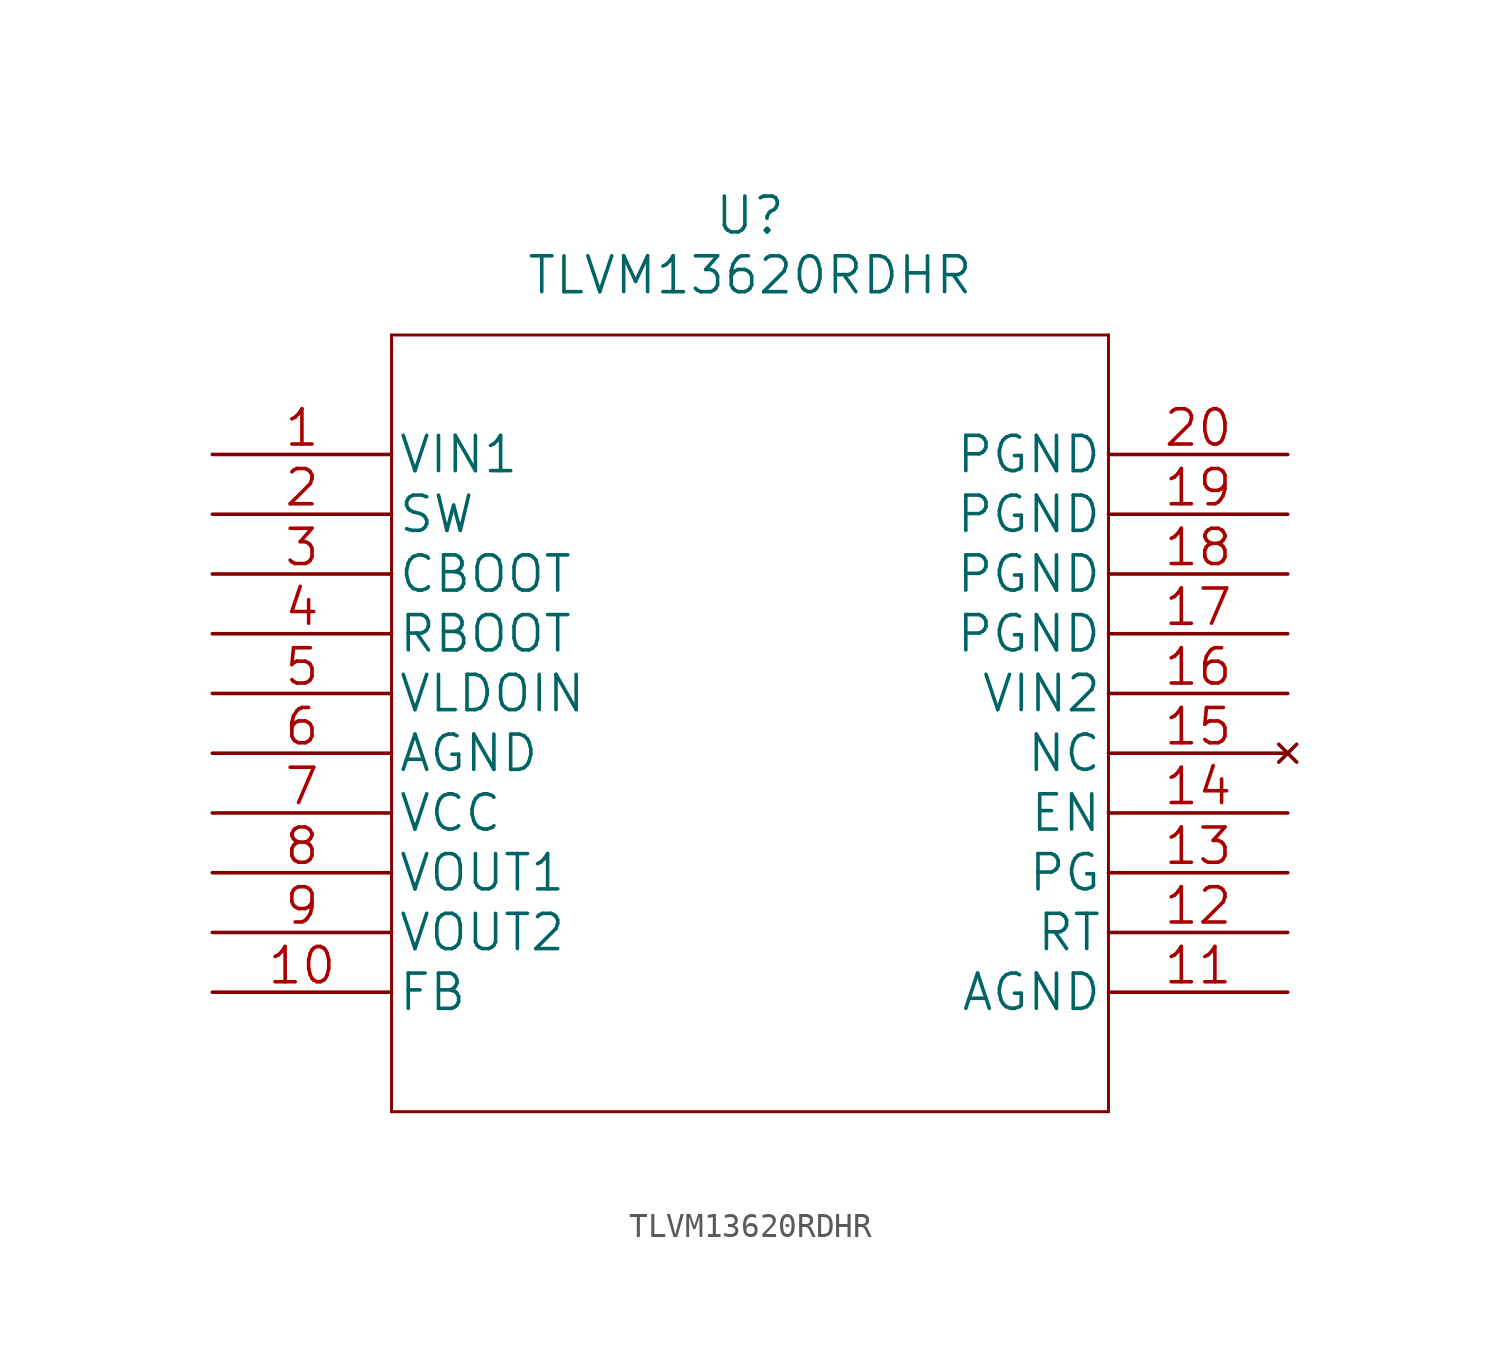
<source format=kicad_sym>
(kicad_symbol_lib
  (version 20211014)
  (generator kicad_symbol_editor)
  (symbol "TLVM13620RDHR"
    (pin_names
      (offset 0.254))
    (property "Reference" "U"
      (at 22.86 10.16 0)
      (effects (font (size 1.524 1.524))))
    (property "Value" "TLVM13620RDHR"
      (at 22.86 7.62 0)
      (effects (font (size 1.524 1.524))))
    (property "Datasheet" ""
      (at 0 0 0)
      (effects (font (size 1.524 1.524))))
    (property "ki_locked" ""
      (at 0 0 0)
      (effects (font (size 1.27 1.27))))
    (symbol "TLVM13620RDHR_1_1"
      (polyline (pts (xy 7.62 -27.94) (xy 38.1 -27.94)) (stroke (width 0.127) (type default) (color 0 0 0 0)) (fill (type none)))
      (polyline (pts (xy 7.62 5.08) (xy 7.62 -27.94)) (stroke (width 0.127) (type default) (color 0 0 0 0)) (fill (type none)))
      (polyline (pts (xy 38.1 -27.94) (xy 38.1 5.08)) (stroke (width 0.127) (type default) (color 0 0 0 0)) (fill (type none)))
      (polyline (pts (xy 38.1 5.08) (xy 7.62 5.08)) (stroke (width 0.127) (type default) (color 0 0 0 0)) (fill (type none)))
      (pin input line (at 0 0 0) (length 7.62) (name "VIN1" (effects (font (size 1.499 1.499)))) (number "1" (effects (font (size 1.499 1.499)))))
      (pin input line (at 0 -22.86 0) (length 7.62) (name "FB" (effects (font (size 1.499 1.499)))) (number "10" (effects (font (size 1.499 1.499)))))
      (pin power_in line (at 45.72 -22.86 180) (length 7.62) (name "AGND" (effects (font (size 1.499 1.499)))) (number "11" (effects (font (size 1.499 1.499)))))
      (pin input line (at 45.72 -20.32 180) (length 7.62) (name "RT" (effects (font (size 1.499 1.499)))) (number "12" (effects (font (size 1.499 1.499)))))
      (pin output line (at 45.72 -17.78 180) (length 7.62) (name "PG" (effects (font (size 1.499 1.499)))) (number "13" (effects (font (size 1.499 1.499)))))
      (pin input line (at 45.72 -15.24 180) (length 7.62) (name "EN" (effects (font (size 1.499 1.499)))) (number "14" (effects (font (size 1.499 1.499)))))
      (pin no_connect line (at 45.72 -12.7 180) (length 7.62) (name "NC" (effects (font (size 1.499 1.499)))) (number "15" (effects (font (size 1.499 1.499)))))
      (pin input line (at 45.72 -10.16 180) (length 7.62) (name "VIN2" (effects (font (size 1.499 1.499)))) (number "16" (effects (font (size 1.499 1.499)))))
      (pin power_in line (at 45.72 -7.62 180) (length 7.62) (name "PGND" (effects (font (size 1.499 1.499)))) (number "17" (effects (font (size 1.499 1.499)))))
      (pin power_in line (at 45.72 -5.08 180) (length 7.62) (name "PGND" (effects (font (size 1.499 1.499)))) (number "18" (effects (font (size 1.499 1.499)))))
      (pin power_in line (at 45.72 -2.54 180) (length 7.62) (name "PGND" (effects (font (size 1.499 1.499)))) (number "19" (effects (font (size 1.499 1.499)))))
      (pin output line (at 0 -2.54 0) (length 7.62) (name "SW" (effects (font (size 1.499 1.499)))) (number "2" (effects (font (size 1.499 1.499)))))
      (pin power_in line (at 45.72 0 180) (length 7.62) (name "PGND" (effects (font (size 1.499 1.499)))) (number "20" (effects (font (size 1.499 1.499)))))
      (pin bidirectional line (at 0 -5.08 0) (length 7.62) (name "CBOOT" (effects (font (size 1.499 1.499)))) (number "3" (effects (font (size 1.499 1.499)))))
      (pin bidirectional line (at 0 -7.62 0) (length 7.62) (name "RBOOT" (effects (font (size 1.499 1.499)))) (number "4" (effects (font (size 1.499 1.499)))))
      (pin power_in line (at 0 -10.16 0) (length 7.62) (name "VLDOIN" (effects (font (size 1.499 1.499)))) (number "5" (effects (font (size 1.499 1.499)))))
      (pin power_in line (at 0 -12.7 0) (length 7.62) (name "AGND" (effects (font (size 1.499 1.499)))) (number "6" (effects (font (size 1.499 1.499)))))
      (pin power_in line (at 0 -15.24 0) (length 7.62) (name "VCC" (effects (font (size 1.499 1.499)))) (number "7" (effects (font (size 1.499 1.499)))))
      (pin output line (at 0 -17.78 0) (length 7.62) (name "VOUT1" (effects (font (size 1.499 1.499)))) (number "8" (effects (font (size 1.499 1.499)))))
      (pin output line (at 0 -20.32 0) (length 7.62) (name "VOUT2" (effects (font (size 1.499 1.499)))) (number "9" (effects (font (size 1.499 1.499))))))))
</source>
